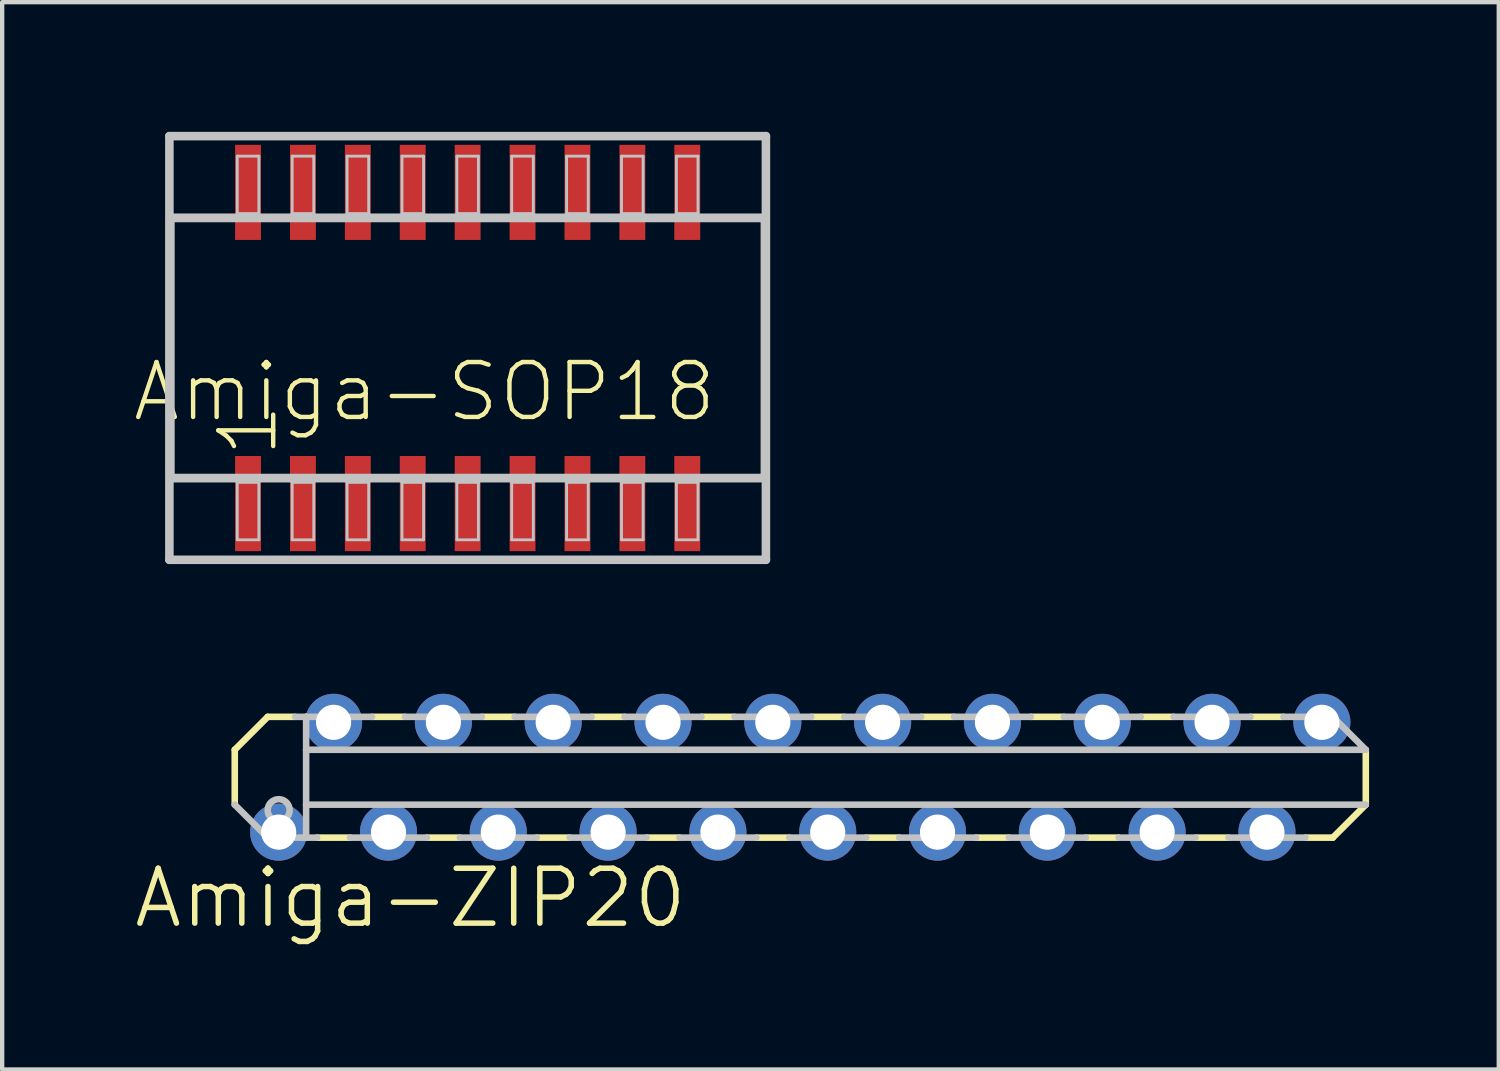
<source format=kicad_pcb>
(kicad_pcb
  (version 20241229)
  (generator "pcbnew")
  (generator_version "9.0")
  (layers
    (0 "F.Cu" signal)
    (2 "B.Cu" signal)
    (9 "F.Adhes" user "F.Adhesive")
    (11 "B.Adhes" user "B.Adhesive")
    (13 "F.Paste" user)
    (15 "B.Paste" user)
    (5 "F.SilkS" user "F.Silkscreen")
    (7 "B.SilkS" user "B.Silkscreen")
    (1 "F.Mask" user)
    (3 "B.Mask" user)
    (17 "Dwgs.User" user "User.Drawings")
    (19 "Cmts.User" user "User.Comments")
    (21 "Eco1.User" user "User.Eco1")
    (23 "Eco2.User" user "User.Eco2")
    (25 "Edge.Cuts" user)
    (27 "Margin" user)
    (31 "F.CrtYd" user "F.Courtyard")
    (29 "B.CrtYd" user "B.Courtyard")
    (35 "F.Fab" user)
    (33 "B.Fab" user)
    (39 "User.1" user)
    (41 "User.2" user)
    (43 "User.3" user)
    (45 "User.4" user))
  (footprint "Amiga-SOP18"
    (layer "F.Cu")
    (at 7.767 4.999)
    (property "Reference" "Amiga-SOP18" (at -0.998 1.013 0) (layer "F.SilkS") (effects (font (size 1.27 1.27) (thickness 0.102))))
    (attr smd)
    (fp_line (start -6.899 -4.9) (end 6.899 -4.9) (stroke (width 0.198) (type solid)) (layer "Dwgs.User"))
    (fp_line (start -6.899 4.9) (end -6.899 -4.9) (stroke (width 0.198) (type solid)) (layer "Dwgs.User"))
    (fp_line (start -6.878 -3.01) (end 6.878 -3.01) (stroke (width 0.203) (type solid)) (layer "Dwgs.User"))
    (fp_line (start -6.878 3.01) (end -6.878 -3.01) (stroke (width 0.203) (type solid)) (layer "Dwgs.User"))
    (fp_line (start -5.329 -4.437) (end -4.829 -4.437) (stroke (width 0.066) (type solid)) (layer "Dwgs.User"))
    (fp_line (start -5.329 -3.109) (end -5.329 -4.437) (stroke (width 0.066) (type solid)) (layer "Dwgs.User"))
    (fp_line (start -5.329 -3.109) (end -4.829 -3.109) (stroke (width 0.066) (type solid)) (layer "Dwgs.User"))
    (fp_line (start -5.329 3.109) (end -4.829 3.109) (stroke (width 0.066) (type solid)) (layer "Dwgs.User"))
    (fp_line (start -5.329 4.437) (end -5.329 3.109) (stroke (width 0.066) (type solid)) (layer "Dwgs.User"))
    (fp_line (start -5.329 4.437) (end -4.829 4.437) (stroke (width 0.066) (type solid)) (layer "Dwgs.User"))
    (fp_line (start -4.829 -3.109) (end -4.829 -4.437) (stroke (width 0.066) (type solid)) (layer "Dwgs.User"))
    (fp_line (start -4.829 4.437) (end -4.829 3.109) (stroke (width 0.066) (type solid)) (layer "Dwgs.User"))
    (fp_line (start -4.059 -4.437) (end -3.559 -4.437) (stroke (width 0.066) (type solid)) (layer "Dwgs.User"))
    (fp_line (start -4.059 -3.109) (end -4.059 -4.437) (stroke (width 0.066) (type solid)) (layer "Dwgs.User"))
    (fp_line (start -4.059 -3.109) (end -3.559 -3.109) (stroke (width 0.066) (type solid)) (layer "Dwgs.User"))
    (fp_line (start -4.059 3.109) (end -3.559 3.109) (stroke (width 0.066) (type solid)) (layer "Dwgs.User"))
    (fp_line (start -4.059 4.437) (end -4.059 3.109) (stroke (width 0.066) (type solid)) (layer "Dwgs.User"))
    (fp_line (start -4.059 4.437) (end -3.559 4.437) (stroke (width 0.066) (type solid)) (layer "Dwgs.User"))
    (fp_line (start -3.559 -3.109) (end -3.559 -4.437) (stroke (width 0.066) (type solid)) (layer "Dwgs.User"))
    (fp_line (start -3.559 4.437) (end -3.559 3.109) (stroke (width 0.066) (type solid)) (layer "Dwgs.User"))
    (fp_line (start -2.789 -4.437) (end -2.289 -4.437) (stroke (width 0.066) (type solid)) (layer "Dwgs.User"))
    (fp_line (start -2.789 -3.109) (end -2.789 -4.437) (stroke (width 0.066) (type solid)) (layer "Dwgs.User"))
    (fp_line (start -2.789 -3.109) (end -2.289 -3.109) (stroke (width 0.066) (type solid)) (layer "Dwgs.User"))
    (fp_line (start -2.789 3.109) (end -2.289 3.109) (stroke (width 0.066) (type solid)) (layer "Dwgs.User"))
    (fp_line (start -2.789 4.437) (end -2.789 3.109) (stroke (width 0.066) (type solid)) (layer "Dwgs.User"))
    (fp_line (start -2.789 4.437) (end -2.289 4.437) (stroke (width 0.066) (type solid)) (layer "Dwgs.User"))
    (fp_line (start -2.289 -3.109) (end -2.289 -4.437) (stroke (width 0.066) (type solid)) (layer "Dwgs.User"))
    (fp_line (start -2.289 4.437) (end -2.289 3.109) (stroke (width 0.066) (type solid)) (layer "Dwgs.User"))
    (fp_line (start -1.519 -4.437) (end -1.019 -4.437) (stroke (width 0.066) (type solid)) (layer "Dwgs.User"))
    (fp_line (start -1.519 -3.109) (end -1.519 -4.437) (stroke (width 0.066) (type solid)) (layer "Dwgs.User"))
    (fp_line (start -1.519 -3.109) (end -1.019 -3.109) (stroke (width 0.066) (type solid)) (layer "Dwgs.User"))
    (fp_line (start -1.519 3.109) (end -1.019 3.109) (stroke (width 0.066) (type solid)) (layer "Dwgs.User"))
    (fp_line (start -1.519 4.437) (end -1.519 3.109) (stroke (width 0.066) (type solid)) (layer "Dwgs.User"))
    (fp_line (start -1.519 4.437) (end -1.019 4.437) (stroke (width 0.066) (type solid)) (layer "Dwgs.User"))
    (fp_line (start -1.019 -3.109) (end -1.019 -4.437) (stroke (width 0.066) (type solid)) (layer "Dwgs.User"))
    (fp_line (start -1.019 4.437) (end -1.019 3.109) (stroke (width 0.066) (type solid)) (layer "Dwgs.User"))
    (fp_line (start -0.249 -4.437) (end 0.249 -4.437) (stroke (width 0.066) (type solid)) (layer "Dwgs.User"))
    (fp_line (start -0.249 -3.109) (end -0.249 -4.437) (stroke (width 0.066) (type solid)) (layer "Dwgs.User"))
    (fp_line (start -0.249 -3.109) (end 0.249 -3.109) (stroke (width 0.066) (type solid)) (layer "Dwgs.User"))
    (fp_line (start -0.249 3.109) (end 0.249 3.109) (stroke (width 0.066) (type solid)) (layer "Dwgs.User"))
    (fp_line (start -0.249 4.437) (end -0.249 3.109) (stroke (width 0.066) (type solid)) (layer "Dwgs.User"))
    (fp_line (start -0.249 4.437) (end 0.249 4.437) (stroke (width 0.066) (type solid)) (layer "Dwgs.User"))
    (fp_line (start 0.249 -3.109) (end 0.249 -4.437) (stroke (width 0.066) (type solid)) (layer "Dwgs.User"))
    (fp_line (start 0.249 4.437) (end 0.249 3.109) (stroke (width 0.066) (type solid)) (layer "Dwgs.User"))
    (fp_line (start 1.019 -4.437) (end 1.519 -4.437) (stroke (width 0.066) (type solid)) (layer "Dwgs.User"))
    (fp_line (start 1.019 -3.109) (end 1.019 -4.437) (stroke (width 0.066) (type solid)) (layer "Dwgs.User"))
    (fp_line (start 1.019 -3.109) (end 1.519 -3.109) (stroke (width 0.066) (type solid)) (layer "Dwgs.User"))
    (fp_line (start 1.019 3.109) (end 1.519 3.109) (stroke (width 0.066) (type solid)) (layer "Dwgs.User"))
    (fp_line (start 1.019 4.437) (end 1.019 3.109) (stroke (width 0.066) (type solid)) (layer "Dwgs.User"))
    (fp_line (start 1.019 4.437) (end 1.519 4.437) (stroke (width 0.066) (type solid)) (layer "Dwgs.User"))
    (fp_line (start 1.519 -3.109) (end 1.519 -4.437) (stroke (width 0.066) (type solid)) (layer "Dwgs.User"))
    (fp_line (start 1.519 4.437) (end 1.519 3.109) (stroke (width 0.066) (type solid)) (layer "Dwgs.User"))
    (fp_line (start 2.289 -4.437) (end 2.789 -4.437) (stroke (width 0.066) (type solid)) (layer "Dwgs.User"))
    (fp_line (start 2.289 -3.109) (end 2.289 -4.437) (stroke (width 0.066) (type solid)) (layer "Dwgs.User"))
    (fp_line (start 2.289 -3.109) (end 2.789 -3.109) (stroke (width 0.066) (type solid)) (layer "Dwgs.User"))
    (fp_line (start 2.289 3.109) (end 2.789 3.109) (stroke (width 0.066) (type solid)) (layer "Dwgs.User"))
    (fp_line (start 2.289 4.437) (end 2.289 3.109) (stroke (width 0.066) (type solid)) (layer "Dwgs.User"))
    (fp_line (start 2.289 4.437) (end 2.789 4.437) (stroke (width 0.066) (type solid)) (layer "Dwgs.User"))
    (fp_line (start 2.789 -3.109) (end 2.789 -4.437) (stroke (width 0.066) (type solid)) (layer "Dwgs.User"))
    (fp_line (start 2.789 4.437) (end 2.789 3.109) (stroke (width 0.066) (type solid)) (layer "Dwgs.User"))
    (fp_line (start 3.559 -4.437) (end 4.059 -4.437) (stroke (width 0.066) (type solid)) (layer "Dwgs.User"))
    (fp_line (start 3.559 -3.109) (end 3.559 -4.437) (stroke (width 0.066) (type solid)) (layer "Dwgs.User"))
    (fp_line (start 3.559 -3.109) (end 4.059 -3.109) (stroke (width 0.066) (type solid)) (layer "Dwgs.User"))
    (fp_line (start 3.559 3.109) (end 4.059 3.109) (stroke (width 0.066) (type solid)) (layer "Dwgs.User"))
    (fp_line (start 3.559 4.437) (end 3.559 3.109) (stroke (width 0.066) (type solid)) (layer "Dwgs.User"))
    (fp_line (start 3.559 4.437) (end 4.059 4.437) (stroke (width 0.066) (type solid)) (layer "Dwgs.User"))
    (fp_line (start 4.059 -3.109) (end 4.059 -4.437) (stroke (width 0.066) (type solid)) (layer "Dwgs.User"))
    (fp_line (start 4.059 4.437) (end 4.059 3.109) (stroke (width 0.066) (type solid)) (layer "Dwgs.User"))
    (fp_line (start 4.829 -4.437) (end 5.329 -4.437) (stroke (width 0.066) (type solid)) (layer "Dwgs.User"))
    (fp_line (start 4.829 -3.109) (end 4.829 -4.437) (stroke (width 0.066) (type solid)) (layer "Dwgs.User"))
    (fp_line (start 4.829 -3.109) (end 5.329 -3.109) (stroke (width 0.066) (type solid)) (layer "Dwgs.User"))
    (fp_line (start 4.829 3.109) (end 5.329 3.109) (stroke (width 0.066) (type solid)) (layer "Dwgs.User"))
    (fp_line (start 4.829 4.437) (end 4.829 3.109) (stroke (width 0.066) (type solid)) (layer "Dwgs.User"))
    (fp_line (start 4.829 4.437) (end 5.329 4.437) (stroke (width 0.066) (type solid)) (layer "Dwgs.User"))
    (fp_line (start 5.329 -3.109) (end 5.329 -4.437) (stroke (width 0.066) (type solid)) (layer "Dwgs.User"))
    (fp_line (start 5.329 4.437) (end 5.329 3.109) (stroke (width 0.066) (type solid)) (layer "Dwgs.User"))
    (fp_line (start 6.878 -3.01) (end 6.878 3.01) (stroke (width 0.203) (type solid)) (layer "Dwgs.User"))
    (fp_line (start 6.878 3.01) (end -6.878 3.01) (stroke (width 0.203) (type solid)) (layer "Dwgs.User"))
    (fp_line (start 6.899 -4.9) (end 6.899 4.9) (stroke (width 0.198) (type solid)) (layer "Dwgs.User"))
    (fp_line (start 6.899 4.9) (end -6.899 4.9) (stroke (width 0.198) (type solid)) (layer "Dwgs.User"))
    (fp_text user "1" (at -5.08 1.905 90) (layer "F.SilkS") (effects (font (size 1.27 1.27) (thickness 0.102))))
    (pad "1" smd rect (at -5.08 3.599) (size 0.599 2.2) (layers "F.Cu" "F.Mask" "F.Paste"))
    (pad "2" smd rect (at -3.81 3.599) (size 0.599 2.2) (layers "F.Cu" "F.Mask" "F.Paste"))
    (pad "3" smd rect (at -2.54 3.599) (size 0.599 2.2) (layers "F.Cu" "F.Mask" "F.Paste"))
    (pad "4" smd rect (at -1.27 3.599) (size 0.599 2.2) (layers "F.Cu" "F.Mask" "F.Paste"))
    (pad "5" smd rect (at 0 3.599) (size 0.599 2.2) (layers "F.Cu" "F.Mask" "F.Paste"))
    (pad "6" smd rect (at 1.27 3.599) (size 0.599 2.2) (layers "F.Cu" "F.Mask" "F.Paste"))
    (pad "7" smd rect (at 2.54 3.599) (size 0.599 2.2) (layers "F.Cu" "F.Mask" "F.Paste"))
    (pad "8" smd rect (at 3.81 3.599) (size 0.599 2.2) (layers "F.Cu" "F.Mask" "F.Paste"))
    (pad "9" smd rect (at 5.08 3.599) (size 0.599 2.2) (layers "F.Cu" "F.Mask" "F.Paste"))
    (pad "10" smd rect (at 5.08 -3.599) (size 0.599 2.2) (layers "F.Cu" "F.Mask" "F.Paste"))
    (pad "11" smd rect (at 3.81 -3.599) (size 0.599 2.2) (layers "F.Cu" "F.Mask" "F.Paste"))
    (pad "12" smd rect (at 2.54 -3.599) (size 0.599 2.2) (layers "F.Cu" "F.Mask" "F.Paste"))
    (pad "13" smd rect (at 1.27 -3.599) (size 0.599 2.2) (layers "F.Cu" "F.Mask" "F.Paste"))
    (pad "14" smd rect (at 0 -3.599) (size 0.599 2.2) (layers "F.Cu" "F.Mask" "F.Paste"))
    (pad "15" smd rect (at -1.27 -3.599) (size 0.599 2.2) (layers "F.Cu" "F.Mask" "F.Paste"))
    (pad "16" smd rect (at -2.54 -3.599) (size 0.599 2.2) (layers "F.Cu" "F.Mask" "F.Paste"))
    (pad "17" smd rect (at -3.81 -3.599) (size 0.599 2.2) (layers "F.Cu" "F.Mask" "F.Paste"))
    (pad "18" smd rect (at -5.08 -3.599) (size 0.599 2.2) (layers "F.Cu" "F.Mask" "F.Paste")))
  (footprint "Amiga-ZIP20"
    (layer "F.Cu")
    (at 15.461 14.928)
    (property "Reference" "Amiga-ZIP20" (at -9.017 2.794 0) (layer "F.SilkS") (effects (font (size 1.27 1.27) (thickness 0.127))))
    (attr exclude_from_pos_files exclude_from_bom)
    (fp_line (start -13.081 -0.635) (end -13.081 0.635) (stroke (width 0.152) (type solid)) (layer "F.SilkS"))
    (fp_line (start -12.319 -1.397) (end -13.081 -0.635) (stroke (width 0.152) (type solid)) (layer "F.SilkS"))
    (fp_line (start -11.684 -1.397) (end -12.319 -1.397) (stroke (width 0.152) (type solid)) (layer "F.SilkS"))
    (fp_line (start -10.414 1.397) (end -11.176 1.397) (stroke (width 0.152) (type solid)) (layer "F.SilkS"))
    (fp_line (start -9.144 -1.397) (end -9.906 -1.397) (stroke (width 0.152) (type solid)) (layer "F.SilkS"))
    (fp_line (start -7.874 1.397) (end -8.636 1.397) (stroke (width 0.152) (type solid)) (layer "F.SilkS"))
    (fp_line (start -6.604 -1.397) (end -7.366 -1.397) (stroke (width 0.152) (type solid)) (layer "F.SilkS"))
    (fp_line (start -5.334 1.397) (end -6.096 1.397) (stroke (width 0.152) (type solid)) (layer "F.SilkS"))
    (fp_line (start -4.064 -1.397) (end -4.826 -1.397) (stroke (width 0.152) (type solid)) (layer "F.SilkS"))
    (fp_line (start -2.794 1.397) (end -3.556 1.397) (stroke (width 0.152) (type solid)) (layer "F.SilkS"))
    (fp_line (start -1.524 -1.397) (end -2.286 -1.397) (stroke (width 0.152) (type solid)) (layer "F.SilkS"))
    (fp_line (start -0.254 1.397) (end -1.016 1.397) (stroke (width 0.152) (type solid)) (layer "F.SilkS"))
    (fp_line (start 1.016 -1.397) (end 0.254 -1.397) (stroke (width 0.152) (type solid)) (layer "F.SilkS"))
    (fp_line (start 2.286 1.397) (end 1.524 1.397) (stroke (width 0.152) (type solid)) (layer "F.SilkS"))
    (fp_line (start 3.556 -1.397) (end 2.794 -1.397) (stroke (width 0.152) (type solid)) (layer "F.SilkS"))
    (fp_line (start 4.826 1.397) (end 4.064 1.397) (stroke (width 0.152) (type solid)) (layer "F.SilkS"))
    (fp_line (start 6.096 -1.397) (end 5.334 -1.397) (stroke (width 0.152) (type solid)) (layer "F.SilkS"))
    (fp_line (start 7.366 1.397) (end 6.604 1.397) (stroke (width 0.152) (type solid)) (layer "F.SilkS"))
    (fp_line (start 8.636 -1.397) (end 7.874 -1.397) (stroke (width 0.152) (type solid)) (layer "F.SilkS"))
    (fp_line (start 9.906 1.397) (end 9.144 1.397) (stroke (width 0.152) (type solid)) (layer "F.SilkS"))
    (fp_line (start 11.176 -1.397) (end 10.414 -1.397) (stroke (width 0.152) (type solid)) (layer "F.SilkS"))
    (fp_line (start 12.319 1.397) (end 11.684 1.397) (stroke (width 0.152) (type solid)) (layer "F.SilkS"))
    (fp_line (start 12.319 1.397) (end 13.081 0.635) (stroke (width 0.152) (type solid)) (layer "F.SilkS"))
    (fp_line (start 13.081 0.635) (end 13.081 -0.635) (stroke (width 0.152) (type solid)) (layer "F.SilkS"))
    (fp_line (start -13.081 0.635) (end -12.319 1.397) (stroke (width 0.152) (type solid)) (layer "Dwgs.User"))
    (fp_line (start -11.43 -1.397) (end -11.684 -1.397) (stroke (width 0.152) (type solid)) (layer "Dwgs.User"))
    (fp_line (start -11.43 -0.635) (end -11.43 -1.397) (stroke (width 0.152) (type solid)) (layer "Dwgs.User"))
    (fp_line (start -11.43 0.635) (end -11.43 -0.635) (stroke (width 0.152) (type solid)) (layer "Dwgs.User"))
    (fp_line (start -11.43 1.397) (end -12.319 1.397) (stroke (width 0.152) (type solid)) (layer "Dwgs.User"))
    (fp_line (start -11.43 1.397) (end -11.43 0.635) (stroke (width 0.152) (type solid)) (layer "Dwgs.User"))
    (fp_line (start -11.176 1.397) (end -11.43 1.397) (stroke (width 0.152) (type solid)) (layer "Dwgs.User"))
    (fp_line (start -9.906 -1.397) (end -11.43 -1.397) (stroke (width 0.152) (type solid)) (layer "Dwgs.User"))
    (fp_line (start -8.636 1.397) (end -10.414 1.397) (stroke (width 0.152) (type solid)) (layer "Dwgs.User"))
    (fp_line (start -7.366 -1.397) (end -9.144 -1.397) (stroke (width 0.152) (type solid)) (layer "Dwgs.User"))
    (fp_line (start -6.096 1.397) (end -7.874 1.397) (stroke (width 0.152) (type solid)) (layer "Dwgs.User"))
    (fp_line (start -4.826 -1.397) (end -6.604 -1.397) (stroke (width 0.152) (type solid)) (layer "Dwgs.User"))
    (fp_line (start -3.556 1.397) (end -5.334 1.397) (stroke (width 0.152) (type solid)) (layer "Dwgs.User"))
    (fp_line (start -2.286 -1.397) (end -4.064 -1.397) (stroke (width 0.152) (type solid)) (layer "Dwgs.User"))
    (fp_line (start -1.016 1.397) (end -2.794 1.397) (stroke (width 0.152) (type solid)) (layer "Dwgs.User"))
    (fp_line (start 0.254 -1.397) (end -1.524 -1.397) (stroke (width 0.152) (type solid)) (layer "Dwgs.User"))
    (fp_line (start 1.524 1.397) (end -0.254 1.397) (stroke (width 0.152) (type solid)) (layer "Dwgs.User"))
    (fp_line (start 2.794 -1.397) (end 1.016 -1.397) (stroke (width 0.152) (type solid)) (layer "Dwgs.User"))
    (fp_line (start 4.064 1.397) (end 2.286 1.397) (stroke (width 0.152) (type solid)) (layer "Dwgs.User"))
    (fp_line (start 5.334 -1.397) (end 3.556 -1.397) (stroke (width 0.152) (type solid)) (layer "Dwgs.User"))
    (fp_line (start 6.604 1.397) (end 4.826 1.397) (stroke (width 0.152) (type solid)) (layer "Dwgs.User"))
    (fp_line (start 7.874 -1.397) (end 6.096 -1.397) (stroke (width 0.152) (type solid)) (layer "Dwgs.User"))
    (fp_line (start 9.144 1.397) (end 7.366 1.397) (stroke (width 0.152) (type solid)) (layer "Dwgs.User"))
    (fp_line (start 10.414 -1.397) (end 8.636 -1.397) (stroke (width 0.152) (type solid)) (layer "Dwgs.User"))
    (fp_line (start 11.684 1.397) (end 9.906 1.397) (stroke (width 0.152) (type solid)) (layer "Dwgs.User"))
    (fp_line (start 12.319 -1.397) (end 11.176 -1.397) (stroke (width 0.152) (type solid)) (layer "Dwgs.User"))
    (fp_line (start 13.081 -0.635) (end -11.43 -0.635) (stroke (width 0.152) (type solid)) (layer "Dwgs.User"))
    (fp_line (start 13.081 -0.635) (end 12.319 -1.397) (stroke (width 0.152) (type solid)) (layer "Dwgs.User"))
    (fp_line (start 13.081 0.635) (end -11.43 0.635) (stroke (width 0.152) (type solid)) (layer "Dwgs.User"))
    (fp_circle (center -12.065 0.762) (end -12.065 0.508) (stroke (width 0.152) (type solid)) (fill no) (layer "Dwgs.User"))
    (pad "1" thru_hole circle (at -12.065 1.27) (size 1.321 1.321) (drill 0.813) (layers "*.Cu" "*.Paste" "*.Mask"))
    (pad "2" thru_hole circle (at -10.795 -1.27) (size 1.321 1.321) (drill 0.813) (layers "*.Cu" "*.Paste" "*.Mask"))
    (pad "3" thru_hole circle (at -9.525 1.27) (size 1.321 1.321) (drill 0.813) (layers "*.Cu" "*.Paste" "*.Mask"))
    (pad "4" thru_hole circle (at -8.255 -1.27) (size 1.321 1.321) (drill 0.813) (layers "*.Cu" "*.Paste" "*.Mask"))
    (pad "5" thru_hole circle (at -6.985 1.27) (size 1.321 1.321) (drill 0.813) (layers "*.Cu" "*.Paste" "*.Mask"))
    (pad "6" thru_hole circle (at -5.715 -1.27) (size 1.321 1.321) (drill 0.813) (layers "*.Cu" "*.Paste" "*.Mask"))
    (pad "7" thru_hole circle (at -4.445 1.27) (size 1.321 1.321) (drill 0.813) (layers "*.Cu" "*.Paste" "*.Mask"))
    (pad "8" thru_hole circle (at -3.175 -1.27) (size 1.321 1.321) (drill 0.813) (layers "*.Cu" "*.Paste" "*.Mask"))
    (pad "9" thru_hole circle (at -1.905 1.27) (size 1.321 1.321) (drill 0.813) (layers "*.Cu" "*.Paste" "*.Mask"))
    (pad "10" thru_hole circle (at -0.635 -1.27) (size 1.321 1.321) (drill 0.813) (layers "*.Cu" "*.Paste" "*.Mask"))
    (pad "11" thru_hole circle (at 0.635 1.27) (size 1.321 1.321) (drill 0.813) (layers "*.Cu" "*.Paste" "*.Mask"))
    (pad "12" thru_hole circle (at 1.905 -1.27) (size 1.321 1.321) (drill 0.813) (layers "*.Cu" "*.Paste" "*.Mask"))
    (pad "13" thru_hole circle (at 3.175 1.27) (size 1.321 1.321) (drill 0.813) (layers "*.Cu" "*.Paste" "*.Mask"))
    (pad "14" thru_hole circle (at 4.445 -1.27) (size 1.321 1.321) (drill 0.813) (layers "*.Cu" "*.Paste" "*.Mask"))
    (pad "15" thru_hole circle (at 5.715 1.27) (size 1.321 1.321) (drill 0.813) (layers "*.Cu" "*.Paste" "*.Mask"))
    (pad "16" thru_hole circle (at 6.985 -1.27) (size 1.321 1.321) (drill 0.813) (layers "*.Cu" "*.Paste" "*.Mask"))
    (pad "17" thru_hole circle (at 8.255 1.27) (size 1.321 1.321) (drill 0.813) (layers "*.Cu" "*.Paste" "*.Mask"))
    (pad "18" thru_hole circle (at 9.525 -1.27) (size 1.321 1.321) (drill 0.813) (layers "*.Cu" "*.Paste" "*.Mask"))
    (pad "19" thru_hole circle (at 10.795 1.27) (size 1.321 1.321) (drill 0.813) (layers "*.Cu" "*.Paste" "*.Mask"))
    (pad "20" thru_hole circle (at 12.065 -1.27) (size 1.321 1.321) (drill 0.813) (layers "*.Cu" "*.Paste" "*.Mask")))
  (gr_rect
    (start -3 -3)
    (end 31.618 21.688)
    (stroke (width 0.1) (type default))
    (fill no)
    (layer "Edge.Cuts")))
</source>
